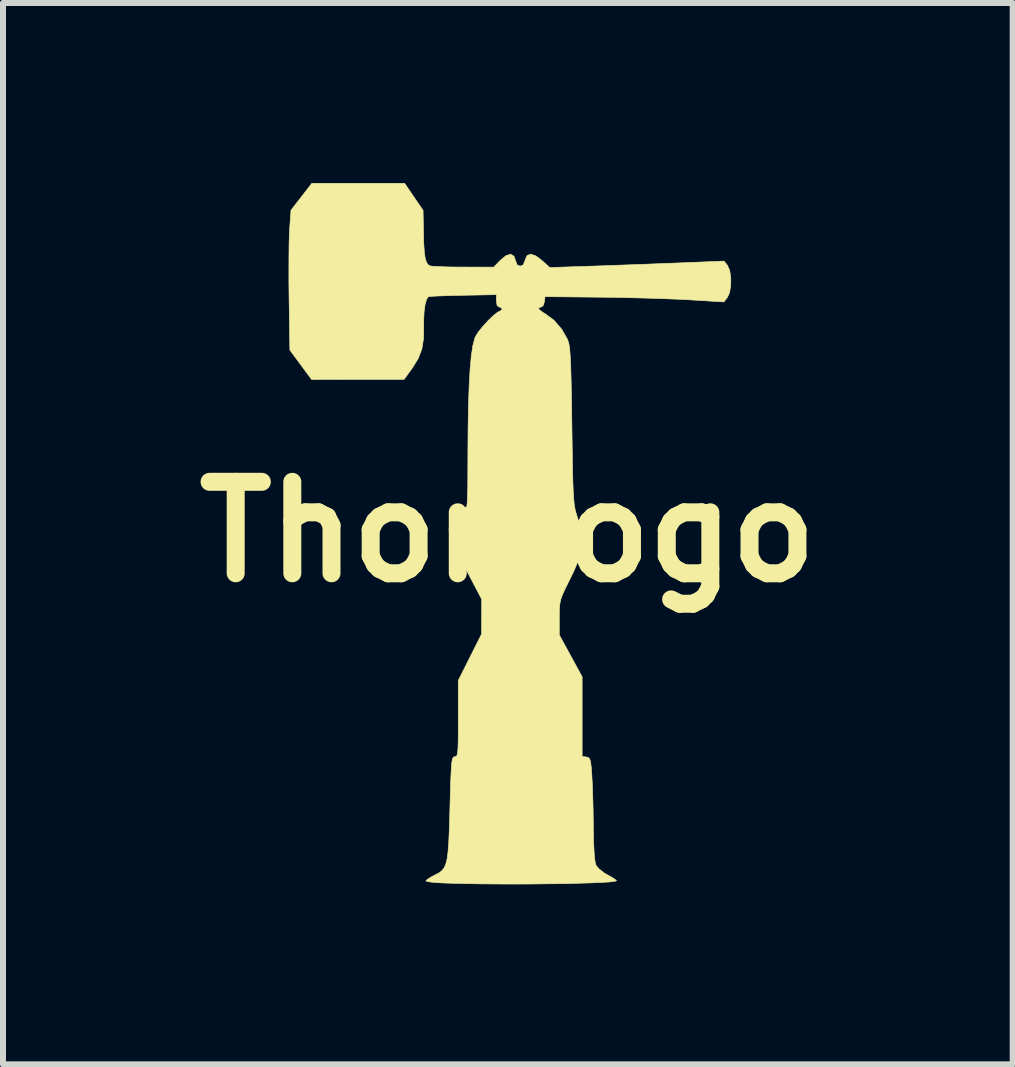
<source format=kicad_pcb>
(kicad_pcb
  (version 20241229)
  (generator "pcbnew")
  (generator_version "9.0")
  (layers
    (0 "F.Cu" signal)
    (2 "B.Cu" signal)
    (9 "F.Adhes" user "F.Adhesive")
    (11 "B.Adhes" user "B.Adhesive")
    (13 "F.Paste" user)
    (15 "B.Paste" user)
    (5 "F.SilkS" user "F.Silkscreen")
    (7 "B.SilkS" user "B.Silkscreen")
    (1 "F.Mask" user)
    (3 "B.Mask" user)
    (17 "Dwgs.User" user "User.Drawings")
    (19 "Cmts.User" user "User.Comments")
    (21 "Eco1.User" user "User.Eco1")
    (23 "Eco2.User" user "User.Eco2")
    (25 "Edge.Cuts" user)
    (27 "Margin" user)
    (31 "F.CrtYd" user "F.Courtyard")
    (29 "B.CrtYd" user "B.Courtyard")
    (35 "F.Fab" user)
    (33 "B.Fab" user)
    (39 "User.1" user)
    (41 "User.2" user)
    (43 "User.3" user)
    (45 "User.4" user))
  (footprint "ThorLogo"
    (layer "F.Cu")
    (at 5.414 5.815)
    (property "Reference" "ThorLogo" (at 0 0 0) (layer "F.SilkS") (effects (font (size 1.524 1.524) (thickness 0.3))))
    (attr through_hole)
    (fp_poly (pts (xy -1.413 -5.359) (xy -1.407 -5.027) (xy -1.402 -4.816) (xy -1.392 -4.661) (xy -1.376 -4.553) (xy -1.352 -4.484) (xy -1.32 -4.445) (xy -1.292 -4.433) (xy -1.237 -4.426) (xy -1.131 -4.421) (xy -0.988 -4.416) (xy -0.82 -4.414) (xy -0.729 -4.414) (xy -0.235 -4.413) (xy -0.126 -4.526) (xy -0.03 -4.605) (xy 0.047 -4.628) (xy 0.102 -4.595) (xy 0.127 -4.524) (xy 0.154 -4.451) (xy 0.206 -4.429) (xy 0.206 -4.429) (xy 0.258 -4.451) (xy 0.286 -4.524) (xy 0.286 -4.524) (xy 0.319 -4.605) (xy 0.381 -4.63) (xy 0.469 -4.599) (xy 0.569 -4.523) (xy 0.698 -4.406) (xy 1.325 -4.427) (xy 1.545 -4.434) (xy 1.81 -4.444) (xy 2.099 -4.454) (xy 2.393 -4.465) (xy 2.673 -4.476) (xy 2.778 -4.48) (xy 3.603 -4.513) (xy 3.659 -4.444) (xy 3.697 -4.358) (xy 3.716 -4.237) (xy 3.715 -4.104) (xy 3.694 -3.984) (xy 3.657 -3.905) (xy 3.6 -3.833) (xy 3.03 -3.868) (xy 2.839 -3.878) (xy 2.601 -3.887) (xy 2.331 -3.896) (xy 2.045 -3.903) (xy 1.76 -3.909) (xy 1.54 -3.912) (xy 0.619 -3.921) (xy 0.609 -3.834) (xy 0.587 -3.769) (xy 0.554 -3.747) (xy 0.511 -3.735) (xy 0.524 -3.702) (xy 0.589 -3.655) (xy 0.621 -3.636) (xy 0.767 -3.529) (xy 0.897 -3.379) (xy 0.989 -3.218) (xy 1.004 -3.18) (xy 1.017 -3.135) (xy 1.027 -3.076) (xy 1.035 -2.998) (xy 1.042 -2.894) (xy 1.048 -2.757) (xy 1.053 -2.582) (xy 1.058 -2.363) (xy 1.063 -2.092) (xy 1.067 -1.772) (xy 1.072 -1.449) (xy 1.076 -1.182) (xy 1.08 -0.966) (xy 1.085 -0.792) (xy 1.091 -0.655) (xy 1.098 -0.548) (xy 1.106 -0.463) (xy 1.117 -0.395) (xy 1.13 -0.336) (xy 1.147 -0.28) (xy 1.166 -0.222) (xy 1.217 -0.041) (xy 1.238 0.122) (xy 1.227 0.282) (xy 1.183 0.452) (xy 1.102 0.65) (xy 1.036 0.785) (xy 0.962 0.934) (xy 0.912 1.043) (xy 0.881 1.129) (xy 0.865 1.209) (xy 0.858 1.298) (xy 0.857 1.416) (xy 0.857 1.43) (xy 0.857 1.717) (xy 1.048 2.066) (xy 1.238 2.415) (xy 1.238 3.742) (xy 1.31 3.752) (xy 1.342 3.761) (xy 1.365 3.784) (xy 1.379 3.833) (xy 1.39 3.921) (xy 1.4 4.058) (xy 1.401 4.08) (xy 1.409 4.226) (xy 1.415 4.415) (xy 1.421 4.627) (xy 1.424 4.842) (xy 1.425 4.937) (xy 1.43 5.188) (xy 1.44 5.375) (xy 1.454 5.5) (xy 1.469 5.556) (xy 1.52 5.617) (xy 1.605 5.683) (xy 1.659 5.715) (xy 1.743 5.762) (xy 1.798 5.8) (xy 1.81 5.813) (xy 1.779 5.824) (xy 1.692 5.834) (xy 1.556 5.842) (xy 1.378 5.85) (xy 1.164 5.856) (xy 0.922 5.862) (xy 0.66 5.865) (xy 0.383 5.868) (xy 0.1 5.869) (xy -0.183 5.868) (xy -0.459 5.866) (xy -0.72 5.861) (xy -0.959 5.855) (xy -1.103 5.85) (xy -1.223 5.843) (xy -1.314 5.832) (xy -1.362 5.819) (xy -1.365 5.815) (xy -1.339 5.789) (xy -1.273 5.748) (xy -1.221 5.721) (xy -1.157 5.688) (xy -1.106 5.652) (xy -1.066 5.606) (xy -1.036 5.542) (xy -1.013 5.454) (xy -0.997 5.335) (xy -0.985 5.176) (xy -0.976 4.972) (xy -0.968 4.714) (xy -0.965 4.592) (xy -0.958 4.338) (xy -0.952 4.141) (xy -0.945 3.993) (xy -0.938 3.887) (xy -0.93 3.817) (xy -0.92 3.775) (xy -0.907 3.754) (xy -0.891 3.747) (xy -0.884 3.747) (xy -0.864 3.743) (xy -0.849 3.727) (xy -0.839 3.69) (xy -0.832 3.624) (xy -0.828 3.521) (xy -0.826 3.373) (xy -0.826 3.172) (xy -0.826 3.111) (xy -0.826 2.476) (xy -0.632 2.089) (xy -0.438 1.703) (xy -0.437 1.413) (xy -0.436 1.122) (xy -0.615 0.781) (xy -0.69 0.637) (xy -0.741 0.531) (xy -0.771 0.448) (xy -0.787 0.37) (xy -0.792 0.281) (xy -0.793 0.165) (xy -0.787 -0.006) (xy -0.769 -0.134) (xy -0.734 -0.239) (xy -0.73 -0.25) (xy -0.711 -0.296) (xy -0.696 -0.346) (xy -0.685 -0.409) (xy -0.677 -0.493) (xy -0.672 -0.606) (xy -0.668 -0.756) (xy -0.667 -0.953) (xy -0.666 -1.203) (xy -0.666 -1.25) (xy -0.663 -1.705) (xy -0.656 -2.099) (xy -0.645 -2.433) (xy -0.629 -2.711) (xy -0.609 -2.933) (xy -0.584 -3.102) (xy -0.553 -3.22) (xy -0.539 -3.257) (xy -0.49 -3.334) (xy -0.415 -3.427) (xy -0.328 -3.522) (xy -0.242 -3.605) (xy -0.168 -3.663) (xy -0.124 -3.683) (xy -0.096 -3.707) (xy -0.095 -3.715) (xy -0.121 -3.743) (xy -0.143 -3.747) (xy -0.179 -3.772) (xy -0.191 -3.85) (xy -0.191 -3.954) (xy -0.738 -3.944) (xy -0.92 -3.94) (xy -1.081 -3.935) (xy -1.209 -3.93) (xy -1.294 -3.925) (xy -1.322 -3.921) (xy -1.353 -3.881) (xy -1.379 -3.792) (xy -1.396 -3.667) (xy -1.403 -3.52) (xy -1.402 -3.445) (xy -1.405 -3.224) (xy -1.434 -3.045) (xy -1.496 -2.886) (xy -1.59 -2.735) (xy -1.73 -2.542) (xy -2.5 -2.541) (xy -3.27 -2.54) (xy -3.633 -3.031) (xy -3.646 -3.895) (xy -3.649 -4.142) (xy -3.649 -4.386) (xy -3.648 -4.613) (xy -3.646 -4.812) (xy -3.641 -4.97) (xy -3.636 -5.061) (xy -3.614 -5.362) (xy -3.44 -5.586) (xy -3.266 -5.81) (xy -1.721 -5.81) (xy -1.413 -5.359)) (stroke (width 0.01) (type solid)) (fill yes) (layer "F.SilkS")))
  (gr_rect
    (start -3 -3)
    (end 13.828 14.689)
    (stroke (width 0.1) (type default))
    (fill no)
    (layer "Edge.Cuts")))
</source>
